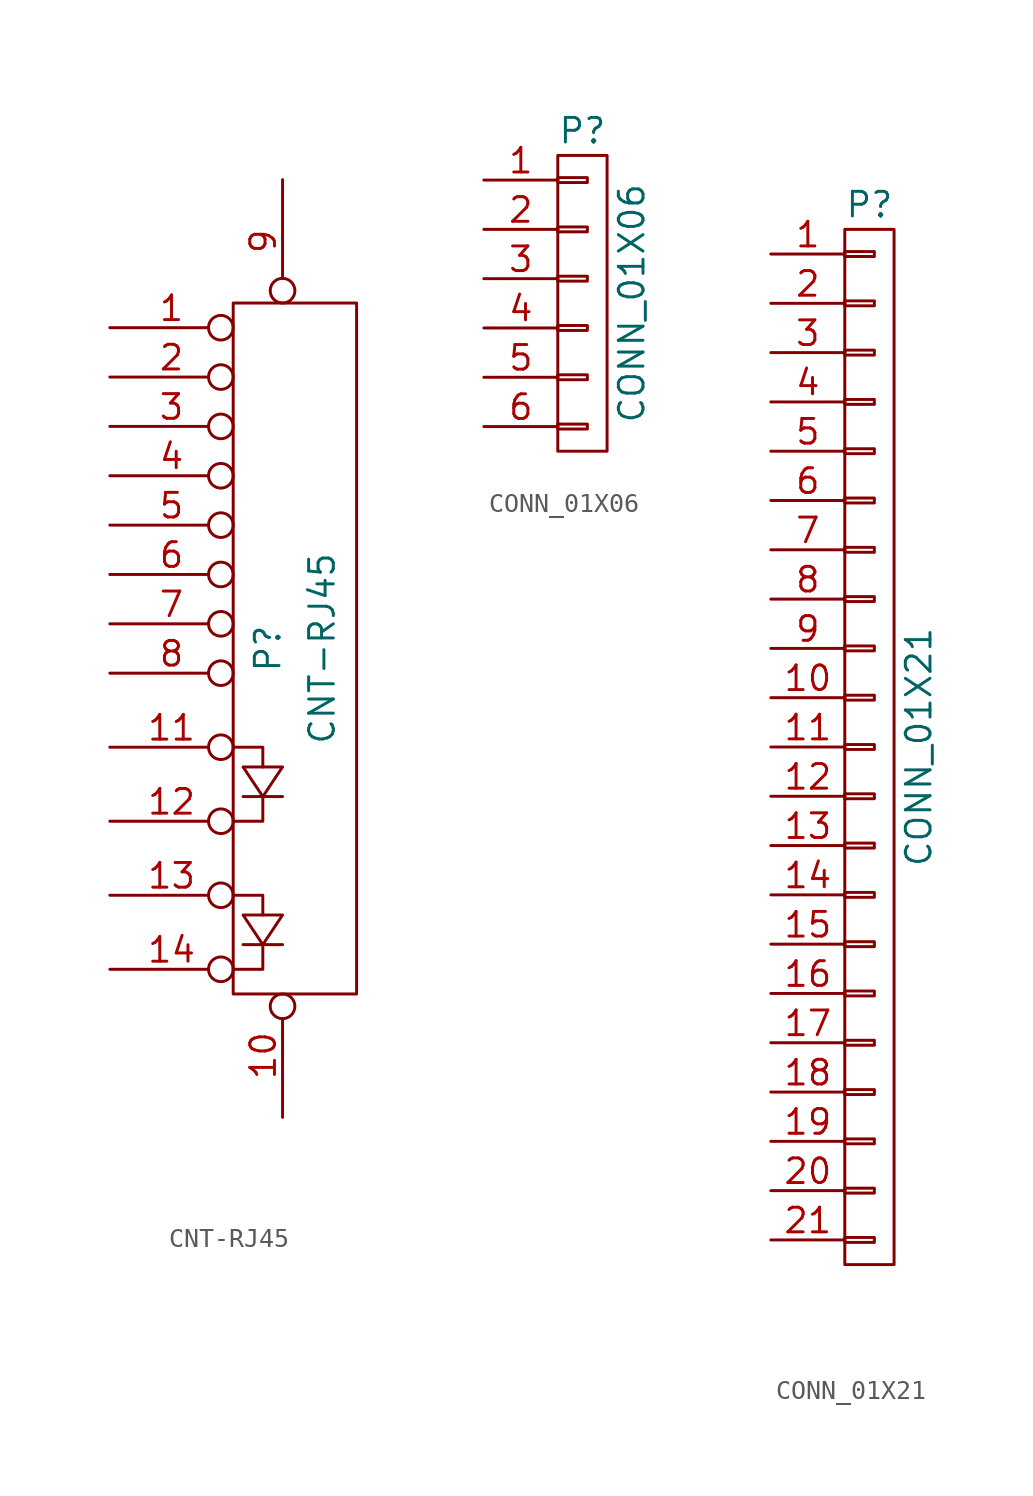
<source format=kicad_sym>
(kicad_symbol_lib
  (version 20231120)
  (generator "kicad_symbol_editor")
  (generator_version "8.0")
  (symbol "CNT-RJ45"
    (pin_names
      (offset 1.016) hide)
    (property "Reference" "P"
      (at -0.762 0 90)
      (effects (font (size 1.27 1.27))))
    (property "Value" "CNT-RJ45"
      (at 2.032 0 90)
      (effects (font (size 1.27 1.27))))
    (property "Footprint" ""
      (at 0 0 0)
      (effects (font (size 1.27 1.27))))
    (property "Datasheet" ""
      (at 0 0 0)
      (effects (font (size 1.27 1.27))))
    (symbol "CNT-RJ45_0_1"
      (rectangle (start -2.54 17.78) (end 3.81 -17.78) (stroke (width 0) (type solid)) (fill (type none)))
      (polyline (pts (xy -2.032 -15.24) (xy 0 -15.24) (xy 0 -15.24)) (stroke (width 0) (type solid)) (fill (type none)))
      (polyline (pts (xy -2.032 -7.62) (xy 0 -7.62) (xy 0 -7.62)) (stroke (width 0) (type solid)) (fill (type none)))
      (polyline (pts (xy -2.54 -16.51) (xy -1.016 -16.51) (xy -1.016 -15.24) (xy -1.016 -15.24)) (stroke (width 0) (type solid)) (fill (type none)))
      (polyline (pts (xy -2.54 -12.7) (xy -1.016 -12.7) (xy -1.016 -13.716) (xy -1.016 -13.716)) (stroke (width 0) (type solid)) (fill (type none)))
      (polyline (pts (xy -2.54 -8.89) (xy -1.016 -8.89) (xy -1.016 -7.62) (xy -1.016 -7.62)) (stroke (width 0) (type solid)) (fill (type none)))
      (polyline (pts (xy -2.54 -5.08) (xy -1.016 -5.08) (xy -1.016 -6.096) (xy -1.016 -6.096)) (stroke (width 0) (type solid)) (fill (type none)))
      (polyline (pts (xy -2.032 -13.716) (xy 0 -13.716) (xy -1.016 -15.24) (xy -2.032 -13.716) (xy -2.032 -13.716)) (stroke (width 0) (type solid)) (fill (type none)))
      (polyline (pts (xy -2.032 -6.096) (xy 0 -6.096) (xy -1.016 -7.62) (xy -2.032 -6.096) (xy -2.032 -6.096)) (stroke (width 0) (type solid)) (fill (type none))))
    (symbol "CNT-RJ45_1_1"
      (pin passive inverted (at -8.89 16.51 0) (length 6.35) (name "P1" (effects (font (size 1.27 1.27)))) (number "1" (effects (font (size 1.27 1.27)))))
      (pin passive inverted (at 0 -24.13 90) (length 6.35) (name "P10" (effects (font (size 1.27 1.27)))) (number "10" (effects (font (size 1.27 1.27)))))
      (pin passive inverted (at -8.89 -5.08 0) (length 6.35) (name "P11" (effects (font (size 1.27 1.27)))) (number "11" (effects (font (size 1.27 1.27)))))
      (pin passive inverted (at -8.89 -8.89 0) (length 6.35) (name "P12" (effects (font (size 1.27 1.27)))) (number "12" (effects (font (size 1.27 1.27)))))
      (pin passive inverted (at -8.89 -12.7 0) (length 6.35) (name "P13" (effects (font (size 1.27 1.27)))) (number "13" (effects (font (size 1.27 1.27)))))
      (pin passive inverted (at -8.89 -16.51 0) (length 6.35) (name "P14" (effects (font (size 1.27 1.27)))) (number "14" (effects (font (size 1.27 1.27)))))
      (pin passive inverted (at -8.89 13.97 0) (length 6.35) (name "P2" (effects (font (size 1.27 1.27)))) (number "2" (effects (font (size 1.27 1.27)))))
      (pin passive inverted (at -8.89 11.43 0) (length 6.35) (name "P3" (effects (font (size 1.27 1.27)))) (number "3" (effects (font (size 1.27 1.27)))))
      (pin passive inverted (at -8.89 8.89 0) (length 6.35) (name "P4" (effects (font (size 1.27 1.27)))) (number "4" (effects (font (size 1.27 1.27)))))
      (pin passive inverted (at -8.89 6.35 0) (length 6.35) (name "P5" (effects (font (size 1.27 1.27)))) (number "5" (effects (font (size 1.27 1.27)))))
      (pin passive inverted (at -8.89 3.81 0) (length 6.35) (name "P6" (effects (font (size 1.27 1.27)))) (number "6" (effects (font (size 1.27 1.27)))))
      (pin passive inverted (at -8.89 1.27 0) (length 6.35) (name "P7" (effects (font (size 1.27 1.27)))) (number "7" (effects (font (size 1.27 1.27)))))
      (pin passive inverted (at -8.89 -1.27 0) (length 6.35) (name "P8" (effects (font (size 1.27 1.27)))) (number "8" (effects (font (size 1.27 1.27)))))
      (pin passive inverted (at 0 24.13 270) (length 6.35) (name "P9" (effects (font (size 1.27 1.27)))) (number "9" (effects (font (size 1.27 1.27)))))))
  (symbol "CONN_01X06"
    (pin_names
      (offset 1.016) hide)
    (property "Reference" "P"
      (at 0 8.89 0)
      (effects (font (size 1.27 1.27))))
    (property "Value" "CONN_01X06"
      (at 2.54 0 90)
      (effects (font (size 1.27 1.27))))
    (property "Footprint" ""
      (at 0 0 0)
      (effects (font (size 1.27 1.27))))
    (property "Datasheet" ""
      (at 0 0 0)
      (effects (font (size 1.27 1.27))))
    (symbol "CONN_01X06_0_1"
      (rectangle (start -1.27 -6.223) (end 0.254 -6.477) (stroke (width 0) (type solid)) (fill (type none)))
      (rectangle (start -1.27 -3.683) (end 0.254 -3.937) (stroke (width 0) (type solid)) (fill (type none)))
      (rectangle (start -1.27 -1.143) (end 0.254 -1.397) (stroke (width 0) (type solid)) (fill (type none)))
      (rectangle (start -1.27 1.397) (end 0.254 1.143) (stroke (width 0) (type solid)) (fill (type none)))
      (rectangle (start -1.27 3.937) (end 0.254 3.683) (stroke (width 0) (type solid)) (fill (type none)))
      (rectangle (start -1.27 6.477) (end 0.254 6.223) (stroke (width 0) (type solid)) (fill (type none)))
      (rectangle (start -1.27 7.62) (end 1.27 -7.62) (stroke (width 0) (type solid)) (fill (type none))))
    (symbol "CONN_01X06_1_1"
      (pin passive line (at -5.08 6.35 0) (length 3.81) (name "P1" (effects (font (size 1.27 1.27)))) (number "1" (effects (font (size 1.27 1.27)))))
      (pin passive line (at -5.08 3.81 0) (length 3.81) (name "P2" (effects (font (size 1.27 1.27)))) (number "2" (effects (font (size 1.27 1.27)))))
      (pin passive line (at -5.08 1.27 0) (length 3.81) (name "P3" (effects (font (size 1.27 1.27)))) (number "3" (effects (font (size 1.27 1.27)))))
      (pin passive line (at -5.08 -1.27 0) (length 3.81) (name "P4" (effects (font (size 1.27 1.27)))) (number "4" (effects (font (size 1.27 1.27)))))
      (pin passive line (at -5.08 -3.81 0) (length 3.81) (name "P5" (effects (font (size 1.27 1.27)))) (number "5" (effects (font (size 1.27 1.27)))))
      (pin passive line (at -5.08 -6.35 0) (length 3.81) (name "P6" (effects (font (size 1.27 1.27)))) (number "6" (effects (font (size 1.27 1.27)))))))
  (symbol "CONN_01X21"
    (pin_names
      (offset 1.016) hide)
    (property "Reference" "P"
      (at 0 27.94 0)
      (effects (font (size 1.27 1.27))))
    (property "Value" "CONN_01X21"
      (at 2.54 0 90)
      (effects (font (size 1.27 1.27))))
    (property "Footprint" ""
      (at 0 0 0)
      (effects (font (size 1.27 1.27))))
    (property "Datasheet" ""
      (at 0 0 0)
      (effects (font (size 1.27 1.27))))
    (symbol "CONN_01X21_0_1"
      (rectangle (start -1.27 -26.67) (end 1.27 26.67) (stroke (width 0) (type solid)) (fill (type none)))
      (rectangle (start -1.27 -25.273) (end 0.254 -25.527) (stroke (width 0) (type solid)) (fill (type none)))
      (rectangle (start -1.27 -22.733) (end 0.254 -22.987) (stroke (width 0) (type solid)) (fill (type none)))
      (rectangle (start -1.27 -20.193) (end 0.254 -20.447) (stroke (width 0) (type solid)) (fill (type none)))
      (rectangle (start -1.27 -17.653) (end 0.254 -17.907) (stroke (width 0) (type solid)) (fill (type none)))
      (rectangle (start -1.27 -15.113) (end 0.254 -15.367) (stroke (width 0) (type solid)) (fill (type none)))
      (rectangle (start -1.27 -12.573) (end 0.254 -12.827) (stroke (width 0) (type solid)) (fill (type none)))
      (rectangle (start -1.27 -10.033) (end 0.254 -10.287) (stroke (width 0) (type solid)) (fill (type none)))
      (rectangle (start -1.27 -7.493) (end 0.254 -7.747) (stroke (width 0) (type solid)) (fill (type none)))
      (rectangle (start -1.27 -4.953) (end 0.254 -5.207) (stroke (width 0) (type solid)) (fill (type none)))
      (rectangle (start -1.27 -2.413) (end 0.254 -2.667) (stroke (width 0) (type solid)) (fill (type none)))
      (rectangle (start -1.27 0.127) (end 0.254 -0.127) (stroke (width 0) (type solid)) (fill (type none)))
      (rectangle (start -1.27 2.667) (end 0.254 2.413) (stroke (width 0) (type solid)) (fill (type none)))
      (rectangle (start -1.27 5.207) (end 0.254 4.953) (stroke (width 0) (type solid)) (fill (type none)))
      (rectangle (start -1.27 7.747) (end 0.254 7.493) (stroke (width 0) (type solid)) (fill (type none)))
      (rectangle (start -1.27 10.287) (end 0.254 10.033) (stroke (width 0) (type solid)) (fill (type none)))
      (rectangle (start -1.27 12.827) (end 0.254 12.573) (stroke (width 0) (type solid)) (fill (type none)))
      (rectangle (start -1.27 15.367) (end 0.254 15.113) (stroke (width 0) (type solid)) (fill (type none)))
      (rectangle (start -1.27 17.907) (end 0.254 17.653) (stroke (width 0) (type solid)) (fill (type none)))
      (rectangle (start -1.27 20.447) (end 0.254 20.193) (stroke (width 0) (type solid)) (fill (type none)))
      (rectangle (start -1.27 22.987) (end 0.254 22.733) (stroke (width 0) (type solid)) (fill (type none)))
      (rectangle (start -1.27 25.527) (end 0.254 25.273) (stroke (width 0) (type solid)) (fill (type none))))
    (symbol "CONN_01X21_1_1"
      (pin passive line (at -5.08 25.4 0) (length 3.81) (name "P1" (effects (font (size 1.27 1.27)))) (number "1" (effects (font (size 1.27 1.27)))))
      (pin passive line (at -5.08 2.54 0) (length 3.81) (name "P10" (effects (font (size 1.27 1.27)))) (number "10" (effects (font (size 1.27 1.27)))))
      (pin passive line (at -5.08 0 0) (length 3.81) (name "P11" (effects (font (size 1.27 1.27)))) (number "11" (effects (font (size 1.27 1.27)))))
      (pin passive line (at -5.08 -2.54 0) (length 3.81) (name "P12" (effects (font (size 1.27 1.27)))) (number "12" (effects (font (size 1.27 1.27)))))
      (pin passive line (at -5.08 -5.08 0) (length 3.81) (name "P13" (effects (font (size 1.27 1.27)))) (number "13" (effects (font (size 1.27 1.27)))))
      (pin passive line (at -5.08 -7.62 0) (length 3.81) (name "P14" (effects (font (size 1.27 1.27)))) (number "14" (effects (font (size 1.27 1.27)))))
      (pin passive line (at -5.08 -10.16 0) (length 3.81) (name "P15" (effects (font (size 1.27 1.27)))) (number "15" (effects (font (size 1.27 1.27)))))
      (pin passive line (at -5.08 -12.7 0) (length 3.81) (name "P16" (effects (font (size 1.27 1.27)))) (number "16" (effects (font (size 1.27 1.27)))))
      (pin passive line (at -5.08 -15.24 0) (length 3.81) (name "P17" (effects (font (size 1.27 1.27)))) (number "17" (effects (font (size 1.27 1.27)))))
      (pin passive line (at -5.08 -17.78 0) (length 3.81) (name "P18" (effects (font (size 1.27 1.27)))) (number "18" (effects (font (size 1.27 1.27)))))
      (pin passive line (at -5.08 -20.32 0) (length 3.81) (name "P19" (effects (font (size 1.27 1.27)))) (number "19" (effects (font (size 1.27 1.27)))))
      (pin passive line (at -5.08 22.86 0) (length 3.81) (name "P2" (effects (font (size 1.27 1.27)))) (number "2" (effects (font (size 1.27 1.27)))))
      (pin passive line (at -5.08 -22.86 0) (length 3.81) (name "P20" (effects (font (size 1.27 1.27)))) (number "20" (effects (font (size 1.27 1.27)))))
      (pin passive line (at -5.08 -25.4 0) (length 3.81) (name "P21" (effects (font (size 1.27 1.27)))) (number "21" (effects (font (size 1.27 1.27)))))
      (pin passive line (at -5.08 20.32 0) (length 3.81) (name "P3" (effects (font (size 1.27 1.27)))) (number "3" (effects (font (size 1.27 1.27)))))
      (pin passive line (at -5.08 17.78 0) (length 3.81) (name "P4" (effects (font (size 1.27 1.27)))) (number "4" (effects (font (size 1.27 1.27)))))
      (pin passive line (at -5.08 15.24 0) (length 3.81) (name "P5" (effects (font (size 1.27 1.27)))) (number "5" (effects (font (size 1.27 1.27)))))
      (pin passive line (at -5.08 12.7 0) (length 3.81) (name "P6" (effects (font (size 1.27 1.27)))) (number "6" (effects (font (size 1.27 1.27)))))
      (pin passive line (at -5.08 10.16 0) (length 3.81) (name "P7" (effects (font (size 1.27 1.27)))) (number "7" (effects (font (size 1.27 1.27)))))
      (pin passive line (at -5.08 7.62 0) (length 3.81) (name "P8" (effects (font (size 1.27 1.27)))) (number "8" (effects (font (size 1.27 1.27)))))
      (pin passive line (at -5.08 5.08 0) (length 3.81) (name "P9" (effects (font (size 1.27 1.27)))) (number "9" (effects (font (size 1.27 1.27))))))))
</source>
